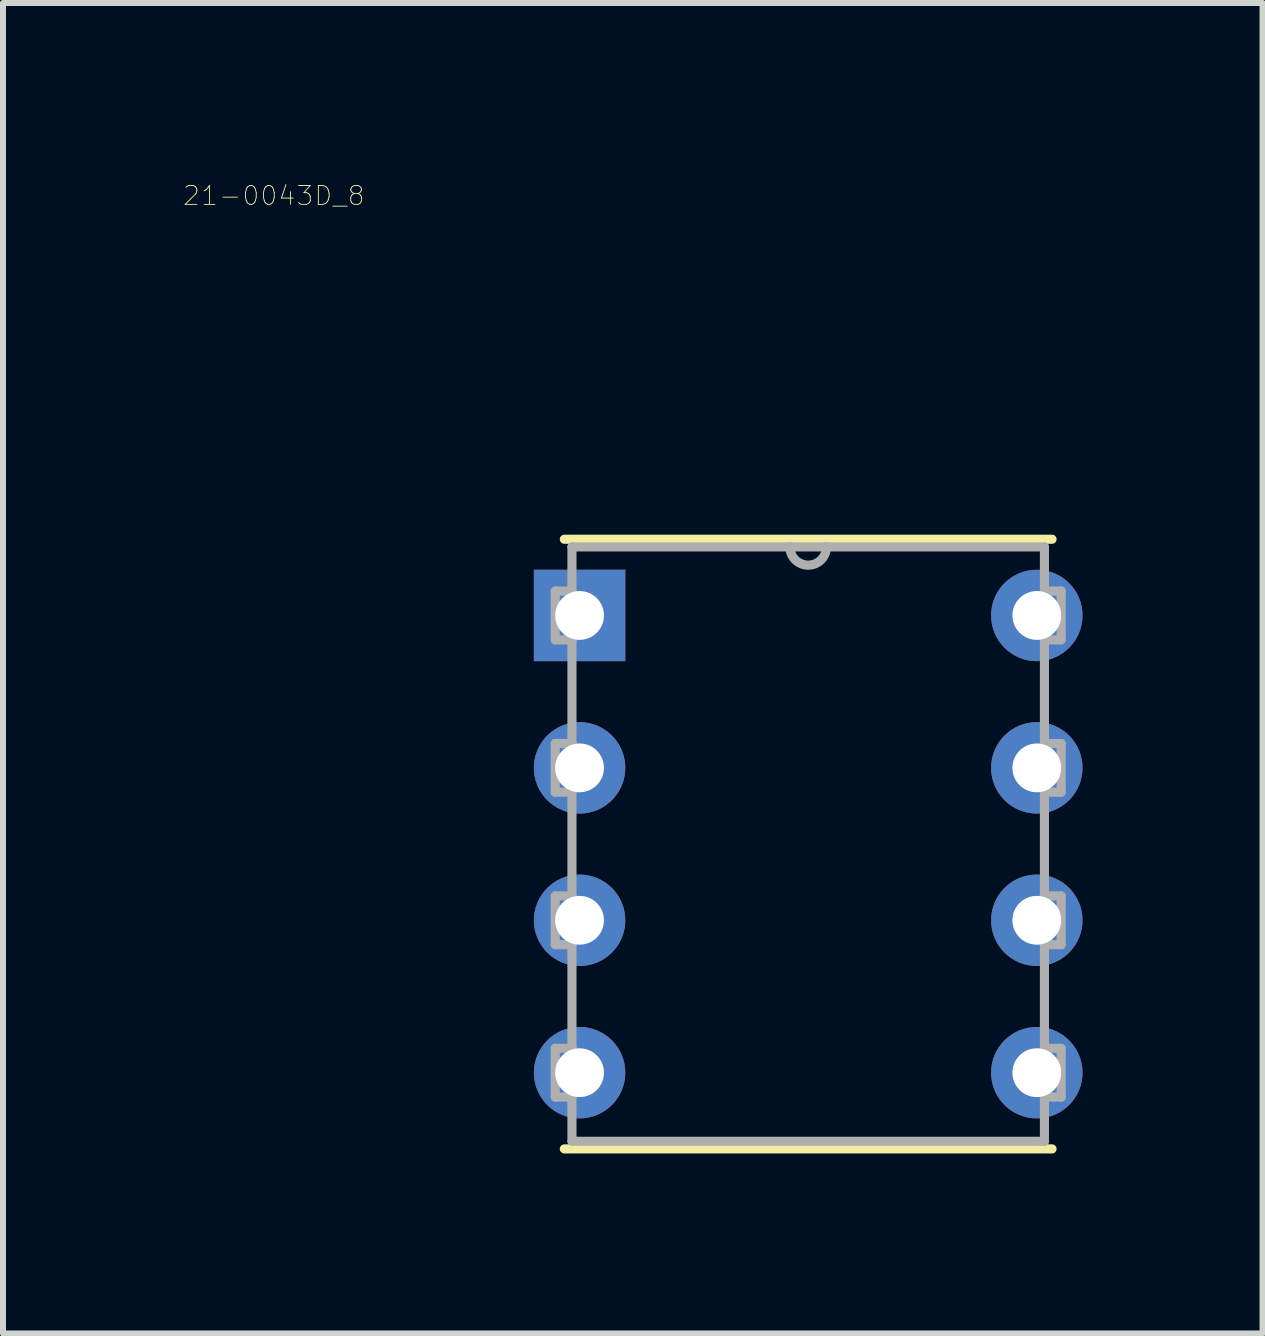
<source format=kicad_pcb>
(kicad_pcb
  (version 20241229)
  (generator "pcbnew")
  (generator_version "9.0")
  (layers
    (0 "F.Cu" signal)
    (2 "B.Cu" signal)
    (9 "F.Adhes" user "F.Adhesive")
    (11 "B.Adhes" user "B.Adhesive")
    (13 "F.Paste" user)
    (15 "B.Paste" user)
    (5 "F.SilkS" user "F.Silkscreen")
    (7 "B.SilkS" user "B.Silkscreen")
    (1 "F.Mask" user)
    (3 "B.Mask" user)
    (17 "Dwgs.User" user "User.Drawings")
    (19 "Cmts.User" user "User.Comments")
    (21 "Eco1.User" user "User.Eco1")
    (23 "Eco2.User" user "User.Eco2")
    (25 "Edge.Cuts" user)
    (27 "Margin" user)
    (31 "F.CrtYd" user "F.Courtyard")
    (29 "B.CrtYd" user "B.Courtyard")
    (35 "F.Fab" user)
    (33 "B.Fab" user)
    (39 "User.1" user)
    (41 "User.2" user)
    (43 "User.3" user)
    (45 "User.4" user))
  (footprint "21-0043D_8"
    (layer "F.Cu")
    (at 14.229 14.827)
    (property "Reference" "21-0043D_8" (at -12.716 -14.616 0) (layer "F.SilkS") (effects (font (size 0.315 0.315) (thickness 0.015))))
    (attr through_hole)
    (fp_line (start -7.874 1.27) (end 0.254 1.27) (stroke (width 0.152) (type solid)) (layer "F.SilkS"))
    (fp_line (start 0.254 -8.89) (end -7.874 -8.89) (stroke (width 0.152) (type solid)) (layer "F.SilkS"))
    (fp_line (start -8.026 -8.026) (end -8.026 -7.214) (stroke (width 0.152) (type solid)) (layer "F.Fab"))
    (fp_line (start -8.026 -7.214) (end -7.747 -7.214) (stroke (width 0.152) (type solid)) (layer "F.Fab"))
    (fp_line (start -8.026 -5.486) (end -8.026 -4.674) (stroke (width 0.152) (type solid)) (layer "F.Fab"))
    (fp_line (start -8.026 -4.674) (end -7.747 -4.674) (stroke (width 0.152) (type solid)) (layer "F.Fab"))
    (fp_line (start -8.026 -2.946) (end -8.026 -2.134) (stroke (width 0.152) (type solid)) (layer "F.Fab"))
    (fp_line (start -8.026 -2.134) (end -7.747 -2.134) (stroke (width 0.152) (type solid)) (layer "F.Fab"))
    (fp_line (start -8.026 -0.406) (end -8.026 0.406) (stroke (width 0.152) (type solid)) (layer "F.Fab"))
    (fp_line (start -8.026 0.406) (end -7.747 0.406) (stroke (width 0.152) (type solid)) (layer "F.Fab"))
    (fp_line (start -7.747 -8.763) (end -7.747 1.143) (stroke (width 0.152) (type solid)) (layer "F.Fab"))
    (fp_line (start -7.747 -8.026) (end -8.026 -8.026) (stroke (width 0.152) (type solid)) (layer "F.Fab"))
    (fp_line (start -7.747 -7.214) (end -7.747 -8.026) (stroke (width 0.152) (type solid)) (layer "F.Fab"))
    (fp_line (start -7.747 -5.486) (end -8.026 -5.486) (stroke (width 0.152) (type solid)) (layer "F.Fab"))
    (fp_line (start -7.747 -4.674) (end -7.747 -5.486) (stroke (width 0.152) (type solid)) (layer "F.Fab"))
    (fp_line (start -7.747 -2.946) (end -8.026 -2.946) (stroke (width 0.152) (type solid)) (layer "F.Fab"))
    (fp_line (start -7.747 -2.134) (end -7.747 -2.946) (stroke (width 0.152) (type solid)) (layer "F.Fab"))
    (fp_line (start -7.747 -0.406) (end -8.026 -0.406) (stroke (width 0.152) (type solid)) (layer "F.Fab"))
    (fp_line (start -7.747 0.406) (end -7.747 -0.406) (stroke (width 0.152) (type solid)) (layer "F.Fab"))
    (fp_line (start -7.747 1.143) (end 0.127 1.143) (stroke (width 0.152) (type solid)) (layer "F.Fab"))
    (fp_line (start -4.115 -8.763) (end -7.747 -8.763) (stroke (width 0.152) (type solid)) (layer "F.Fab"))
    (fp_line (start -3.505 -8.763) (end -4.115 -8.763) (stroke (width 0.152) (type solid)) (layer "F.Fab"))
    (fp_line (start 0.127 -8.763) (end -3.505 -8.763) (stroke (width 0.152) (type solid)) (layer "F.Fab"))
    (fp_line (start 0.127 -8.026) (end 0.127 -7.214) (stroke (width 0.152) (type solid)) (layer "F.Fab"))
    (fp_line (start 0.127 -7.214) (end 0.406 -7.214) (stroke (width 0.152) (type solid)) (layer "F.Fab"))
    (fp_line (start 0.127 -5.486) (end 0.127 -4.674) (stroke (width 0.152) (type solid)) (layer "F.Fab"))
    (fp_line (start 0.127 -4.674) (end 0.406 -4.674) (stroke (width 0.152) (type solid)) (layer "F.Fab"))
    (fp_line (start 0.127 -2.946) (end 0.127 -2.134) (stroke (width 0.152) (type solid)) (layer "F.Fab"))
    (fp_line (start 0.127 -2.134) (end 0.406 -2.134) (stroke (width 0.152) (type solid)) (layer "F.Fab"))
    (fp_line (start 0.127 -0.406) (end 0.127 0.406) (stroke (width 0.152) (type solid)) (layer "F.Fab"))
    (fp_line (start 0.127 0.406) (end 0.406 0.406) (stroke (width 0.152) (type solid)) (layer "F.Fab"))
    (fp_line (start 0.127 1.143) (end 0.127 -8.763) (stroke (width 0.152) (type solid)) (layer "F.Fab"))
    (fp_line (start 0.406 -8.026) (end 0.127 -8.026) (stroke (width 0.152) (type solid)) (layer "F.Fab"))
    (fp_line (start 0.406 -7.214) (end 0.406 -8.026) (stroke (width 0.152) (type solid)) (layer "F.Fab"))
    (fp_line (start 0.406 -5.486) (end 0.127 -5.486) (stroke (width 0.152) (type solid)) (layer "F.Fab"))
    (fp_line (start 0.406 -4.674) (end 0.406 -5.486) (stroke (width 0.152) (type solid)) (layer "F.Fab"))
    (fp_line (start 0.406 -2.946) (end 0.127 -2.946) (stroke (width 0.152) (type solid)) (layer "F.Fab"))
    (fp_line (start 0.406 -2.134) (end 0.406 -2.946) (stroke (width 0.152) (type solid)) (layer "F.Fab"))
    (fp_line (start 0.406 -0.406) (end 0.127 -0.406) (stroke (width 0.152) (type solid)) (layer "F.Fab"))
    (fp_line (start 0.406 0.406) (end 0.406 -0.406) (stroke (width 0.152) (type solid)) (layer "F.Fab"))
    (fp_arc (start -3.5052 -8.763) (mid -3.81 -8.4582) (end -4.1148 -8.763) (stroke (width 0.1524) (type solid)) (layer "F.Fab"))
    (pad "1" thru_hole rect (at -7.62 -7.62) (size 1.524 1.524) (drill 0.813) (layers "*.Cu" "*.Mask"))
    (pad "2" thru_hole circle (at -7.62 -5.08) (size 1.524 1.524) (drill 0.813) (layers "*.Cu" "*.Mask"))
    (pad "3" thru_hole circle (at -7.62 -2.54) (size 1.524 1.524) (drill 0.813) (layers "*.Cu" "*.Mask"))
    (pad "4" thru_hole circle (at -7.62 0) (size 1.524 1.524) (drill 0.813) (layers "*.Cu" "*.Mask"))
    (pad "5" thru_hole circle (at 0 0) (size 1.524 1.524) (drill 0.813) (layers "*.Cu" "*.Mask"))
    (pad "6" thru_hole circle (at 0 -2.54) (size 1.524 1.524) (drill 0.813) (layers "*.Cu" "*.Mask"))
    (pad "7" thru_hole circle (at 0 -5.08) (size 1.524 1.524) (drill 0.813) (layers "*.Cu" "*.Mask"))
    (pad "8" thru_hole circle (at 0 -7.62) (size 1.524 1.524) (drill 0.813) (layers "*.Cu" "*.Mask")))
  (gr_rect
    (start -3 -3)
    (end 17.991 19.173)
    (stroke (width 0.1) (type default))
    (fill no)
    (layer "Edge.Cuts")))
</source>
